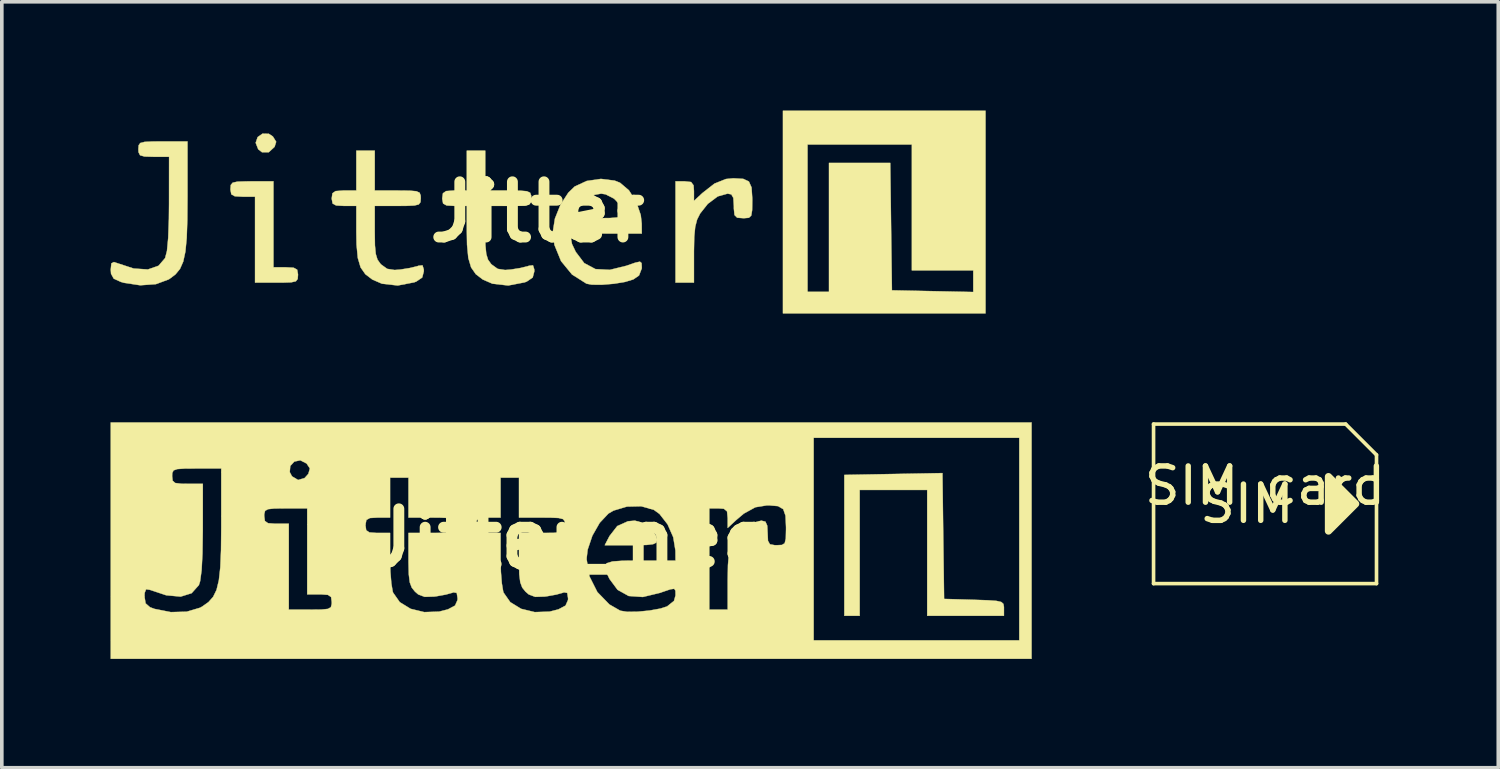
<source format=kicad_pcb>
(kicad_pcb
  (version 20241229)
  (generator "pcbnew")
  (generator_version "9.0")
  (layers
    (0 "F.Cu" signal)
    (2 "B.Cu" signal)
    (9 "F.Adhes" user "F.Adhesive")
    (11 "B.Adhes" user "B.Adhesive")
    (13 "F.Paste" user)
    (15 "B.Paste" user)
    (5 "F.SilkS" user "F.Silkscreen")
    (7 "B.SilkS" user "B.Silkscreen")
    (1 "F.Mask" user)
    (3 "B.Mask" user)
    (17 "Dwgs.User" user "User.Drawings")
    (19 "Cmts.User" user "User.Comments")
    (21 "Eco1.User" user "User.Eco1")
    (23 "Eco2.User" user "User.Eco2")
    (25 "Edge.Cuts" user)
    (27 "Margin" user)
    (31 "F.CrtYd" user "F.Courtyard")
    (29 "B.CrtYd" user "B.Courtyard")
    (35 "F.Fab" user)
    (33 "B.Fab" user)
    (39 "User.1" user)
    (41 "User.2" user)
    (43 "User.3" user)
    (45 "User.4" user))
  (footprint "SIM card"
    (layer "F.Cu")
    (at 31.845 10.848)
    (property "Reference" "SIM card" (at 0 -0.5 0) (unlocked yes) (layer "F.SilkS") (effects (font (size 1 1) (thickness 0.15))))
    (attr exclude_from_pos_files exclude_from_bom allow_missing_courtyard)
    (fp_line (start -3.075 -2.2) (end 2.225 -2.2) (stroke (width 0.1) (type default)) (layer "F.SilkS"))
    (fp_line (start -3.075 2.2) (end -3.075 -2.2) (stroke (width 0.1) (type default)) (layer "F.SilkS"))
    (fp_line (start -3.075 2.2) (end 3.075 2.2) (stroke (width 0.1) (type default)) (layer "F.SilkS"))
    (fp_line (start 2.225 -2.2) (end 3.075 -1.35) (stroke (width 0.1) (type default)) (layer "F.SilkS"))
    (fp_line (start 3.075 -1.35) (end 3.075 2.2) (stroke (width 0.1) (type default)) (layer "F.SilkS"))
    (fp_poly (pts (xy 1.75 -0.75) (xy 2.5 0) (xy 1.75 0.75)) (stroke (width 0.2) (type solid)) (fill yes) (layer "F.SilkS"))
    (fp_text user "SIM" (at -0.5 0 0) (unlocked yes) (layer "F.SilkS") (effects (font (size 1 1) (thickness 0.15)))))
  (footprint "Jitter"
    (layer "F.Cu")
    (at 11.774 2.799)
    (property "Reference" "Jitter" (at 0 0 0) (layer "F.SilkS") (effects (font (size 1.524 1.524) (thickness 0.3))))
    (attr exclude_from_pos_files exclude_from_bom allow_missing_courtyard)
    (fp_poly (pts (xy -7.409 -2.158) (xy -7.297 -2.084) (xy -7.206 -1.938) (xy -7.25 -1.798) (xy -7.413 -1.648) (xy -7.594 -1.648) (xy -7.701 -1.731) (xy -7.771 -1.91) (xy -7.717 -2.067) (xy -7.582 -2.162) (xy -7.409 -2.158)) (stroke (width 0.01) (type solid)) (fill yes) (layer "F.SilkS"))
    (fp_poly (pts (xy 12.361 2.794) (xy 6.773 2.794) (xy 6.773 -1.863) (xy 7.451 -1.863) (xy 7.451 2.201) (xy 8.043 2.201) (xy 8.043 -1.355) (xy 9.733 -1.355) (xy 9.756 0.402) (xy 9.779 2.159) (xy 12.023 2.206) (xy 12.023 1.609) (xy 10.329 1.609) (xy 10.329 -1.863) (xy 7.451 -1.863) (xy 6.773 -1.863) (xy 6.773 -2.794) (xy 12.361 -2.794) (xy 12.361 2.794)) (stroke (width 0.01) (type solid)) (fill yes) (layer "F.SilkS"))
    (fp_poly (pts (xy -7.281 1.524) (xy -6.943 1.524) (xy -6.724 1.536) (xy -6.627 1.59) (xy -6.604 1.717) (xy -6.604 1.736) (xy -6.613 1.846) (xy -6.663 1.91) (xy -6.793 1.939) (xy -7.039 1.947) (xy -7.197 1.947) (xy -7.789 1.947) (xy -7.789 -0.423) (xy -8.128 -0.423) (xy -8.346 -0.435) (xy -8.443 -0.489) (xy -8.467 -0.617) (xy -8.467 -0.635) (xy -8.458 -0.746) (xy -8.407 -0.809) (xy -8.278 -0.838) (xy -8.032 -0.846) (xy -7.874 -0.847) (xy -7.281 -0.847) (xy -7.281 1.524)) (stroke (width 0.01) (type solid)) (fill yes) (layer "F.SilkS"))
    (fp_poly (pts (xy 5.678 -0.915) (xy 5.834 -0.842) (xy 5.907 -0.678) (xy 5.926 -0.386) (xy 5.927 -0.33) (xy 5.923 -0.052) (xy 5.899 0.097) (xy 5.834 0.158) (xy 5.707 0.169) (xy 5.673 0.169) (xy 5.51 0.156) (xy 5.437 0.083) (xy 5.419 -0.097) (xy 5.419 -0.169) (xy 5.405 -0.391) (xy 5.348 -0.488) (xy 5.246 -0.508) (xy 4.975 -0.432) (xy 4.701 -0.227) (xy 4.489 0.04) (xy 4.405 0.207) (xy 4.353 0.407) (xy 4.326 0.683) (xy 4.318 1.08) (xy 4.318 1.132) (xy 4.318 1.947) (xy 3.81 1.947) (xy 3.81 -0.847) (xy 4.064 -0.847) (xy 4.24 -0.828) (xy 4.308 -0.735) (xy 4.318 -0.577) (xy 4.318 -0.307) (xy 4.551 -0.524) (xy 4.885 -0.785) (xy 5.2 -0.911) (xy 5.406 -0.931) (xy 5.678 -0.915)) (stroke (width 0.01) (type solid)) (fill yes) (layer "F.SilkS"))
    (fp_poly (pts (xy -9.652 -0.421) (xy -9.657 0.221) (xy -9.674 0.717) (xy -9.71 1.091) (xy -9.77 1.367) (xy -9.859 1.568) (xy -9.983 1.719) (xy -10.147 1.843) (xy -10.176 1.86) (xy -10.525 1.989) (xy -10.956 2.02) (xy -11.409 1.951) (xy -11.493 1.926) (xy -11.687 1.837) (xy -11.761 1.702) (xy -11.769 1.587) (xy -11.752 1.417) (xy -11.682 1.379) (xy -11.62 1.4) (xy -11.138 1.558) (xy -10.745 1.584) (xy -10.45 1.481) (xy -10.269 1.269) (xy -10.218 1.072) (xy -10.184 0.713) (xy -10.165 0.189) (xy -10.161 -0.233) (xy -10.16 -1.524) (xy -10.583 -1.524) (xy -10.835 -1.531) (xy -10.96 -1.566) (xy -11.003 -1.651) (xy -11.007 -1.736) (xy -10.999 -1.841) (xy -10.955 -1.904) (xy -10.838 -1.935) (xy -10.615 -1.946) (xy -10.329 -1.947) (xy -9.652 -1.947) (xy -9.652 -0.421)) (stroke (width 0.01) (type solid)) (fill yes) (layer "F.SilkS"))
    (fp_poly (pts (xy -4.487 -0.593) (xy -3.852 -0.593) (xy -3.529 -0.59) (xy -3.34 -0.574) (xy -3.249 -0.533) (xy -3.22 -0.455) (xy -3.217 -0.381) (xy -3.225 -0.273) (xy -3.273 -0.21) (xy -3.396 -0.18) (xy -3.629 -0.17) (xy -3.852 -0.169) (xy -4.487 -0.169) (xy -4.487 0.55) (xy -4.482 0.917) (xy -4.459 1.156) (xy -4.411 1.313) (xy -4.329 1.428) (xy -4.308 1.449) (xy -4.144 1.567) (xy -3.939 1.599) (xy -3.779 1.586) (xy -3.519 1.544) (xy -3.313 1.494) (xy -3.281 1.482) (xy -3.17 1.47) (xy -3.134 1.584) (xy -3.133 1.634) (xy -3.178 1.806) (xy -3.341 1.917) (xy -3.399 1.939) (xy -3.853 2.026) (xy -4.287 1.977) (xy -4.553 1.862) (xy -4.747 1.714) (xy -4.877 1.527) (xy -4.954 1.268) (xy -4.989 0.9) (xy -4.995 0.545) (xy -4.995 -0.169) (xy -5.334 -0.169) (xy -5.552 -0.181) (xy -5.649 -0.235) (xy -5.673 -0.363) (xy -5.673 -0.381) (xy -5.654 -0.517) (xy -5.567 -0.578) (xy -5.363 -0.593) (xy -5.334 -0.593) (xy -4.995 -0.593) (xy -4.995 -1.693) (xy -4.487 -1.693) (xy -4.487 -0.593)) (stroke (width 0.01) (type solid)) (fill yes) (layer "F.SilkS"))
    (fp_poly (pts (xy -1.439 -0.593) (xy -0.804 -0.593) (xy -0.481 -0.59) (xy -0.292 -0.574) (xy -0.201 -0.533) (xy -0.172 -0.455) (xy -0.169 -0.381) (xy -0.177 -0.273) (xy -0.225 -0.21) (xy -0.348 -0.18) (xy -0.581 -0.17) (xy -0.804 -0.169) (xy -1.439 -0.169) (xy -1.439 0.55) (xy -1.434 0.917) (xy -1.411 1.156) (xy -1.363 1.313) (xy -1.281 1.428) (xy -1.26 1.449) (xy -1.096 1.567) (xy -0.891 1.599) (xy -0.731 1.586) (xy -0.471 1.544) (xy -0.265 1.494) (xy -0.233 1.482) (xy -0.122 1.47) (xy -0.086 1.584) (xy -0.085 1.634) (xy -0.13 1.806) (xy -0.293 1.917) (xy -0.351 1.939) (xy -0.805 2.026) (xy -1.239 1.977) (xy -1.505 1.862) (xy -1.699 1.714) (xy -1.829 1.527) (xy -1.906 1.268) (xy -1.941 0.9) (xy -1.947 0.545) (xy -1.947 -0.169) (xy -2.286 -0.169) (xy -2.504 -0.181) (xy -2.601 -0.235) (xy -2.625 -0.363) (xy -2.625 -0.381) (xy -2.606 -0.517) (xy -2.519 -0.578) (xy -2.315 -0.593) (xy -2.286 -0.593) (xy -1.947 -0.593) (xy -1.947 -1.693) (xy -1.439 -1.693) (xy -1.439 -0.593)) (stroke (width 0.01) (type solid)) (fill yes) (layer "F.SilkS"))
    (fp_poly (pts (xy 2.13 -0.867) (xy 2.279 -0.808) (xy 2.524 -0.6) (xy 2.726 -0.283) (xy 2.851 0.085) (xy 2.877 0.318) (xy 2.879 0.593) (xy 1.905 0.593) (xy 1.457 0.596) (xy 1.159 0.615) (xy 0.989 0.66) (xy 0.928 0.745) (xy 0.954 0.882) (xy 1.049 1.082) (xy 1.058 1.1) (xy 1.292 1.409) (xy 1.602 1.574) (xy 1.995 1.595) (xy 2.455 1.482) (xy 2.702 1.396) (xy 2.828 1.369) (xy 2.873 1.407) (xy 2.879 1.518) (xy 2.879 1.553) (xy 2.803 1.75) (xy 2.646 1.858) (xy 2.42 1.927) (xy 2.112 1.978) (xy 1.786 2.005) (xy 1.507 2.004) (xy 1.355 1.976) (xy 0.955 1.723) (xy 0.652 1.353) (xy 0.469 0.905) (xy 0.425 0.547) (xy 0.483 0.182) (xy 0.488 0.169) (xy 0.927 0.169) (xy 1.649 0.169) (xy 2.003 0.165) (xy 2.22 0.148) (xy 2.332 0.112) (xy 2.369 0.05) (xy 2.371 0.027) (xy 2.297 -0.18) (xy 2.115 -0.369) (xy 1.881 -0.489) (xy 1.758 -0.508) (xy 1.412 -0.445) (xy 1.16 -0.244) (xy 1.057 -0.082) (xy 0.927 0.169) (xy 0.488 0.169) (xy 0.636 -0.201) (xy 0.853 -0.534) (xy 1.027 -0.703) (xy 1.359 -0.857) (xy 1.752 -0.914) (xy 2.13 -0.867)) (stroke (width 0.01) (type solid)) (fill yes) (layer "F.SilkS")))
  (footprint "Jitter_neg"
    (layer "F.Cu")
    (at 12.705 11.82)
    (property "Reference" "Jitter_neg" (at 0 0 0) (layer "F.SilkS") (effects (font (size 1.524 1.524) (thickness 0.3))))
    (attr exclude_from_pos_files exclude_from_bom)
    (fp_poly (pts (xy 1.995 -0.444) (xy 2.211 -0.285) (xy 2.349 -0.081) (xy 2.371 0.027) (xy 2.349 0.097) (xy 2.262 0.14) (xy 2.079 0.162) (xy 1.768 0.169) (xy 1.649 0.169) (xy 0.927 0.169) (xy 1.057 -0.082) (xy 1.272 -0.359) (xy 1.566 -0.491) (xy 1.758 -0.508) (xy 1.995 -0.444)) (stroke (width 0.01) (type solid)) (fill yes) (layer "F.SilkS"))
    (fp_poly (pts (xy 10.264 -0.085) (xy 10.287 1.651) (xy 11.113 1.675) (xy 11.491 1.688) (xy 11.731 1.705) (xy 11.865 1.736) (xy 11.923 1.788) (xy 11.938 1.872) (xy 11.938 1.908) (xy 11.938 2.117) (xy 9.821 2.117) (xy 9.821 -1.355) (xy 7.959 -1.355) (xy 7.959 2.117) (xy 7.535 2.117) (xy 7.535 -1.77) (xy 8.888 -1.795) (xy 10.242 -1.82) (xy 10.264 -0.085)) (stroke (width 0.01) (type solid)) (fill yes) (layer "F.SilkS"))
    (fp_poly (pts (xy 12.7 3.302) (xy -12.7 3.302) (xy -12.7 1.587) (xy -11.769 1.587) (xy -11.739 1.773) (xy -11.617 1.88) (xy -11.493 1.926) (xy -11.043 2.015) (xy -10.604 2.003) (xy -10.234 1.893) (xy -10.176 1.86) (xy -10.005 1.739) (xy -9.876 1.594) (xy -9.782 1.402) (xy -9.718 1.138) (xy -9.678 0.78) (xy -9.658 0.304) (xy -9.652 -0.314) (xy -9.652 -0.421) (xy -9.652 -0.635) (xy -8.467 -0.635) (xy -8.448 -0.499) (xy -8.361 -0.438) (xy -8.157 -0.423) (xy -8.128 -0.423) (xy -7.789 -0.423) (xy -7.789 1.947) (xy -7.197 1.947) (xy -6.887 1.944) (xy -6.71 1.926) (xy -6.628 1.88) (xy -6.605 1.792) (xy -6.604 1.736) (xy -6.622 1.599) (xy -6.71 1.539) (xy -6.913 1.524) (xy -6.943 1.524) (xy -7.281 1.524) (xy -7.281 -0.381) (xy -5.673 -0.381) (xy -5.654 -0.245) (xy -5.567 -0.184) (xy -5.363 -0.169) (xy -5.334 -0.169) (xy -4.995 -0.169) (xy -4.995 0.545) (xy -4.986 0.904) (xy -4.96 1.222) (xy -4.923 1.442) (xy -4.913 1.476) (xy -4.728 1.74) (xy -4.428 1.924) (xy -4.052 2.015) (xy -3.642 2.001) (xy -3.399 1.939) (xy -3.203 1.835) (xy -3.135 1.681) (xy -3.133 1.634) (xy -3.156 1.485) (xy -3.246 1.469) (xy -3.281 1.482) (xy -3.458 1.531) (xy -3.713 1.577) (xy -3.779 1.586) (xy -4.04 1.594) (xy -4.218 1.527) (xy -4.308 1.449) (xy -4.398 1.337) (xy -4.452 1.192) (xy -4.479 0.971) (xy -4.487 0.633) (xy -4.487 0.55) (xy -4.487 -0.169) (xy -3.852 -0.169) (xy -3.529 -0.172) (xy -3.34 -0.188) (xy -3.249 -0.229) (xy -3.22 -0.307) (xy -3.217 -0.381) (xy -2.625 -0.381) (xy -2.606 -0.245) (xy -2.519 -0.184) (xy -2.315 -0.169) (xy -2.286 -0.169) (xy -1.947 -0.169) (xy -1.947 0.545) (xy -1.938 0.904) (xy -1.912 1.222) (xy -1.875 1.442) (xy -1.865 1.476) (xy -1.68 1.74) (xy -1.38 1.924) (xy -1.004 2.015) (xy -0.594 2.001) (xy -0.351 1.939) (xy -0.155 1.835) (xy -0.087 1.681) (xy -0.085 1.634) (xy -0.108 1.485) (xy -0.198 1.469) (xy -0.233 1.482) (xy -0.41 1.531) (xy -0.665 1.577) (xy -0.731 1.586) (xy -0.992 1.594) (xy -1.17 1.527) (xy -1.26 1.449) (xy -1.35 1.337) (xy -1.404 1.192) (xy -1.431 0.971) (xy -1.439 0.633) (xy -1.439 0.55) (xy -1.439 0.547) (xy 0.425 0.547) (xy 0.505 1.03) (xy 0.722 1.461) (xy 1.054 1.803) (xy 1.355 1.976) (xy 1.545 2.007) (xy 1.836 2.003) (xy 2.163 1.971) (xy 2.462 1.917) (xy 2.646 1.858) (xy 2.837 1.705) (xy 2.879 1.553) (xy 2.877 1.425) (xy 2.843 1.371) (xy 2.738 1.385) (xy 2.521 1.458) (xy 2.455 1.482) (xy 1.977 1.597) (xy 1.587 1.57) (xy 1.28 1.399) (xy 1.058 1.1) (xy 0.959 0.894) (xy 0.927 0.754) (xy 0.981 0.665) (xy 1.143 0.617) (xy 1.431 0.597) (xy 1.867 0.593) (xy 1.905 0.593) (xy 2.879 0.593) (xy 2.877 0.318) (xy 2.816 -0.052) (xy 2.659 -0.408) (xy 2.438 -0.692) (xy 2.279 -0.808) (xy 2.142 -0.847) (xy 3.81 -0.847) (xy 3.81 1.947) (xy 4.318 1.947) (xy 4.318 1.132) (xy 4.325 0.72) (xy 4.349 0.433) (xy 4.398 0.227) (xy 4.478 0.058) (xy 4.489 0.04) (xy 4.728 -0.254) (xy 5.004 -0.447) (xy 5.246 -0.508) (xy 5.359 -0.481) (xy 5.409 -0.369) (xy 5.419 -0.169) (xy 5.429 0.048) (xy 5.483 0.144) (xy 5.618 0.169) (xy 5.673 0.169) (xy 5.814 0.162) (xy 5.89 0.115) (xy 5.921 -0.013) (xy 5.927 -0.263) (xy 5.927 -0.33) (xy 5.913 -0.644) (xy 5.85 -0.825) (xy 5.707 -0.909) (xy 5.455 -0.931) (xy 5.406 -0.931) (xy 5.081 -0.878) (xy 4.764 -0.704) (xy 4.551 -0.524) (xy 4.318 -0.307) (xy 4.318 -0.577) (xy 4.3 -0.764) (xy 4.213 -0.836) (xy 4.064 -0.847) (xy 3.81 -0.847) (xy 2.142 -0.847) (xy 1.933 -0.905) (xy 1.538 -0.896) (xy 1.169 -0.786) (xy 1.027 -0.703) (xy 0.787 -0.448) (xy 0.585 -0.094) (xy 0.455 0.291) (xy 0.425 0.547) (xy -1.439 0.547) (xy -1.439 -0.169) (xy -0.804 -0.169) (xy -0.481 -0.172) (xy -0.292 -0.188) (xy -0.201 -0.229) (xy -0.172 -0.307) (xy -0.169 -0.381) (xy -0.177 -0.489) (xy -0.225 -0.552) (xy -0.348 -0.582) (xy -0.581 -0.592) (xy -0.804 -0.593) (xy -1.439 -0.593) (xy -1.439 -1.693) (xy -1.947 -1.693) (xy -1.947 -0.593) (xy -2.286 -0.593) (xy -2.504 -0.581) (xy -2.601 -0.527) (xy -2.625 -0.399) (xy -2.625 -0.381) (xy -3.217 -0.381) (xy -3.225 -0.489) (xy -3.273 -0.552) (xy -3.396 -0.582) (xy -3.629 -0.592) (xy -3.852 -0.593) (xy -4.487 -0.593) (xy -4.487 -1.693) (xy -4.995 -1.693) (xy -4.995 -0.593) (xy -5.334 -0.593) (xy -5.552 -0.581) (xy -5.649 -0.527) (xy -5.673 -0.399) (xy -5.673 -0.381) (xy -7.281 -0.381) (xy -7.281 -0.847) (xy -7.874 -0.847) (xy -8.184 -0.844) (xy -8.361 -0.825) (xy -8.443 -0.779) (xy -8.466 -0.691) (xy -8.467 -0.635) (xy -9.652 -0.635) (xy -9.652 -1.848) (xy -7.763 -1.848) (xy -7.701 -1.731) (xy -7.532 -1.63) (xy -7.352 -1.684) (xy -7.25 -1.798) (xy -7.207 -1.947) (xy -7.297 -2.084) (xy -7.471 -2.173) (xy -7.636 -2.138) (xy -7.748 -2.017) (xy -7.763 -1.848) (xy -9.652 -1.848) (xy -9.652 -1.947) (xy -10.329 -1.947) (xy -10.665 -1.945) (xy -10.866 -1.931) (xy -10.967 -1.895) (xy -11.003 -1.825) (xy -11.007 -1.736) (xy -10.993 -1.61) (xy -10.923 -1.547) (xy -10.753 -1.526) (xy -10.583 -1.524) (xy -10.16 -1.524) (xy -10.161 -0.233) (xy -10.17 0.397) (xy -10.194 0.861) (xy -10.235 1.162) (xy -10.269 1.269) (xy -10.469 1.493) (xy -10.771 1.587) (xy -11.17 1.55) (xy -11.62 1.4) (xy -11.726 1.384) (xy -11.765 1.485) (xy -11.769 1.587) (xy -12.7 1.587) (xy -12.7 -2.794) (xy 6.689 -2.794) (xy 6.689 2.794) (xy 12.361 2.794) (xy 12.361 -2.794) (xy 6.689 -2.794) (xy -12.7 -2.794) (xy -12.7 -3.217) (xy 12.7 -3.217) (xy 12.7 3.302)) (stroke (width 0.01) (type solid)) (fill yes) (layer "F.SilkS")))
  (gr_rect
    (start -3 -3)
    (end 38.279 18.127)
    (stroke (width 0.1) (type default))
    (fill no)
    (layer "Edge.Cuts")))
</source>
